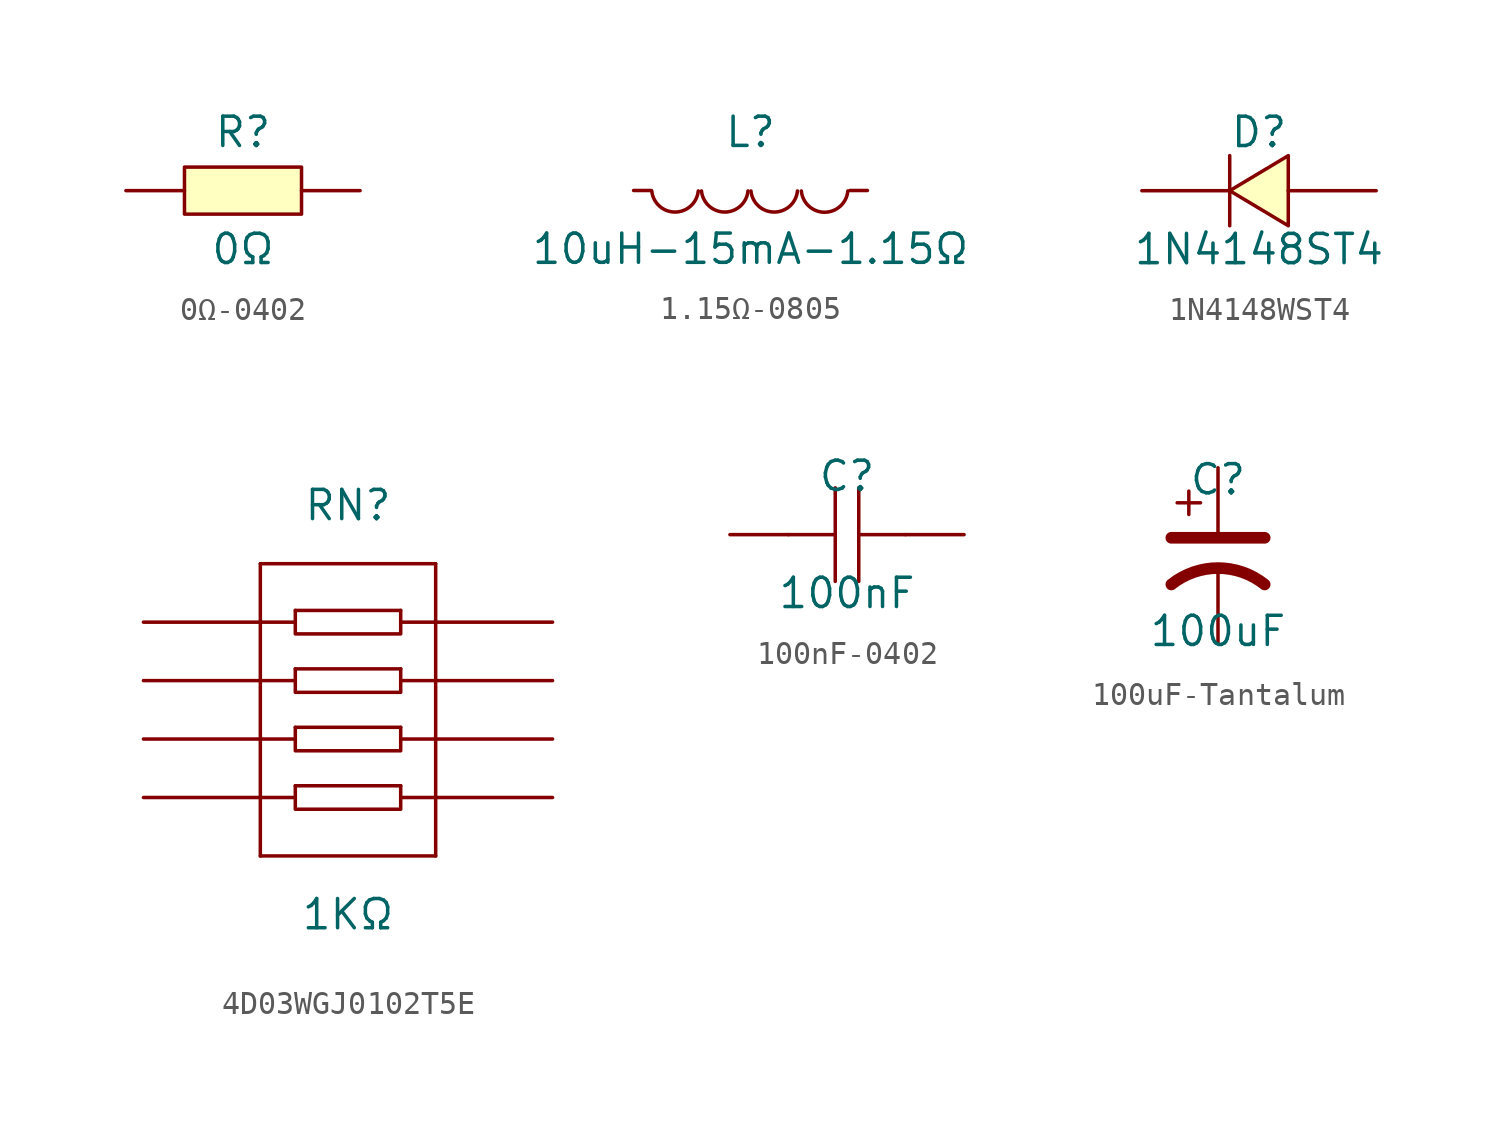
<source format=kicad_sym>
(kicad_symbol_lib
  (version 20241209)
  (generator "kicad_symbol_editor")
  (generator_version "9.0")
  (symbol "0Ω-0402"
    (pin_numbers
      (hide yes))
    (pin_names
      (hide yes))
    (property "Reference" "R"
      (at 0 2.54 0)
      (effects (font (size 1.27 1.27))))
    (property "Value" "0Ω"
      (at 0 -2.54 0)
      (effects (font (size 1.27 1.27))))
    (symbol "0Ω-0402_0_1"
      (rectangle (start -2.54 1.02) (end 2.54 -1.02) (stroke (width 0) (type default)) (fill (type background)))
      (pin input line (at -5.08 0 0) (length 2.54) (name "1" (effects (font (size 1.27 1.27)))) (number "1" (effects (font (size 1.27 1.27)))))
      (pin input line (at 5.08 0 180) (length 2.54) (name "2" (effects (font (size 1.27 1.27)))) (number "2" (effects (font (size 1.27 1.27)))))))
  (symbol "1.15Ω-0805"
    (pin_numbers
      (hide yes))
    (pin_names
      (hide yes))
    (property "Reference" "L"
      (at 0 2.54 0)
      (effects (font (size 1.27 1.27))))
    (property "Value" "10uH-15mA-1.15Ω"
      (at 0 -2.54 0)
      (effects (font (size 1.27 1.27))))
    (symbol "1.15Ω-0805_0_1"
      (arc (start -2.27 -0.02) (mid -3.28 -0.937) (end -4.29 -0.02) (stroke (width 0) (type default)) (fill (type none)))
      (arc (start -0.11 -0.02) (mid -1.12 -0.937) (end -2.13 -0.02) (stroke (width 0) (type default)) (fill (type none)))
      (arc (start 2.04 -0.02) (mid 1.03 -0.937) (end 0.02 -0.02) (stroke (width 0) (type default)) (fill (type none)))
      (arc (start 4.23 -0.02) (mid 3.22 -0.9448) (end 2.21 -0.02) (stroke (width 0) (type default)) (fill (type none)))
      (pin unspecified line (at -5.08 0 0) (length 0.762) (name "1" (effects (font (size 1.27 1.27)))) (number "1" (effects (font (size 1.27 1.27)))))
      (pin unspecified line (at 5.08 0 180) (length 0.762) (name "2" (effects (font (size 1.27 1.27)))) (number "2" (effects (font (size 1.27 1.27)))))))
  (symbol "1N4148WST4"
    (pin_numbers
      (hide yes))
    (pin_names
      (hide yes))
    (property "Reference" "D"
      (at 0 2.54 0)
      (effects (font (size 1.27 1.27))))
    (property "Value" "1N4148ST4"
      (at 0 -2.54 0)
      (effects (font (size 1.27 1.27))))
    (symbol "1N4148WST4_0_1"
      (polyline (pts (xy -1.27 -1.52) (xy -1.27 1.52)) (stroke (width 0) (type default)) (fill (type none)))
      (polyline (pts (xy 1.27 1.52) (xy -1.27 0) (xy 1.27 -1.52) (xy 1.27 1.52)) (stroke (width 0) (type default)) (fill (type background)))
      (pin unspecified line (at -5.08 0 0) (length 3.81) (name "K" (effects (font (size 1.27 1.27)))) (number "1" (effects (font (size 1.27 1.27)))))
      (pin unspecified line (at 5.08 0 180) (length 3.81) (name "A" (effects (font (size 1.27 1.27)))) (number "2" (effects (font (size 1.27 1.27)))))))
  (symbol "4D03WGJ0102T5E"
    (pin_numbers
      (hide yes))
    (pin_names
      (hide yes))
    (property "Reference" "RN"
      (at 0 8.89 0)
      (effects (font (size 1.27 1.27))))
    (property "Value" "1KΩ"
      (at 0 -8.89 0)
      (effects (font (size 1.27 1.27))))
    (symbol "4D03WGJ0102T5E_0_1"
      (polyline (pts (xy -3.81 6.35) (xy -3.81 -6.35)) (stroke (width 0) (type default)) (fill (type none)))
      (polyline (pts (xy -3.81 6.35) (xy 3.81 6.35)) (stroke (width 0) (type default)) (fill (type none)))
      (polyline (pts (xy -3.81 3.81) (xy -2.29 3.81)) (stroke (width 0) (type default)) (fill (type none)))
      (polyline (pts (xy -3.81 1.27) (xy -2.29 1.27)) (stroke (width 0) (type default)) (fill (type none)))
      (polyline (pts (xy -3.81 -1.27) (xy -2.29 -1.27)) (stroke (width 0) (type default)) (fill (type none)))
      (polyline (pts (xy -3.81 -3.81) (xy -2.29 -3.81)) (stroke (width 0) (type default)) (fill (type none)))
      (polyline (pts (xy -3.81 -6.35) (xy 3.81 -6.35)) (stroke (width 0) (type default)) (fill (type none)))
      (polyline (pts (xy -2.29 4.32) (xy 2.29 4.32)) (stroke (width 0) (type default)) (fill (type none)))
      (polyline (pts (xy -2.29 4.32) (xy -2.29 3.3) (xy 2.29 3.3) (xy 2.29 4.32)) (stroke (width 0) (type default)) (fill (type none)))
      (polyline (pts (xy -2.29 1.78) (xy 2.29 1.78)) (stroke (width 0) (type default)) (fill (type none)))
      (polyline (pts (xy -2.29 1.78) (xy -2.29 0.76) (xy 2.29 0.76) (xy 2.29 1.78)) (stroke (width 0) (type default)) (fill (type none)))
      (polyline (pts (xy -2.29 -0.76) (xy 2.29 -0.76)) (stroke (width 0) (type default)) (fill (type none)))
      (polyline (pts (xy -2.29 -0.76) (xy -2.29 -1.78) (xy 2.29 -1.78) (xy 2.29 -0.76)) (stroke (width 0) (type default)) (fill (type none)))
      (polyline (pts (xy -2.29 -3.3) (xy 2.29 -3.3)) (stroke (width 0) (type default)) (fill (type none)))
      (polyline (pts (xy -2.29 -3.3) (xy -2.29 -4.32) (xy 2.29 -4.32) (xy 2.29 -3.3)) (stroke (width 0) (type default)) (fill (type none)))
      (polyline (pts (xy 2.29 3.81) (xy 3.81 3.81)) (stroke (width 0) (type default)) (fill (type none)))
      (polyline (pts (xy 2.29 1.27) (xy 3.81 1.27)) (stroke (width 0) (type default)) (fill (type none)))
      (polyline (pts (xy 2.29 -1.27) (xy 3.81 -1.27)) (stroke (width 0) (type default)) (fill (type none)))
      (polyline (pts (xy 2.29 -3.81) (xy 3.81 -3.81)) (stroke (width 0) (type default)) (fill (type none)))
      (polyline (pts (xy 3.81 6.35) (xy 3.81 -6.35)) (stroke (width 0) (type default)) (fill (type none)))
      (pin input line (at -8.89 3.81 0) (length 5.08) (name "1" (effects (font (size 1.27 1.27)))) (number "1" (effects (font (size 1.27 1.27)))))
      (pin input line (at -8.89 1.27 0) (length 5.08) (name "2" (effects (font (size 1.27 1.27)))) (number "2" (effects (font (size 1.27 1.27)))))
      (pin input line (at -8.89 -1.27 0) (length 5.08) (name "3" (effects (font (size 1.27 1.27)))) (number "3" (effects (font (size 1.27 1.27)))))
      (pin input line (at -8.89 -3.81 0) (length 5.08) (name "4" (effects (font (size 1.27 1.27)))) (number "4" (effects (font (size 1.27 1.27)))))
      (pin input line (at 8.89 3.81 180) (length 5.08) (name "8" (effects (font (size 1.27 1.27)))) (number "8" (effects (font (size 1.27 1.27)))))
      (pin input line (at 8.89 1.27 180) (length 5.08) (name "7" (effects (font (size 1.27 1.27)))) (number "7" (effects (font (size 1.27 1.27)))))
      (pin input line (at 8.89 -1.27 180) (length 5.08) (name "6" (effects (font (size 1.27 1.27)))) (number "6" (effects (font (size 1.27 1.27)))))
      (pin input line (at 8.89 -3.81 180) (length 5.08) (name "5" (effects (font (size 1.27 1.27)))) (number "5" (effects (font (size 1.27 1.27)))))))
  (symbol "100nF-0402"
    (pin_numbers
      (hide yes))
    (pin_names
      (hide yes))
    (property "Reference" "C"
      (at 0 2.54 0)
      (effects (font (size 1.27 1.27))))
    (property "Value" "100nF"
      (at 0 -2.54 0)
      (effects (font (size 1.27 1.27))))
    (symbol "100nF-0402_0_1"
      (polyline (pts (xy -0.51 0) (xy -2.54 0)) (stroke (width 0) (type default)) (fill (type none)))
      (polyline (pts (xy -0.51 -2.03) (xy -0.51 2.03)) (stroke (width 0) (type default)) (fill (type none)))
      (polyline (pts (xy 0.51 2.03) (xy 0.51 -2.03)) (stroke (width 0) (type default)) (fill (type none)))
      (polyline (pts (xy 2.54 0) (xy 0.51 0)) (stroke (width 0) (type default)) (fill (type none)))
      (pin unspecified line (at -5.08 0 0) (length 2.54) (name "1" (effects (font (size 1.27 1.27)))) (number "1" (effects (font (size 1.27 1.27)))))
      (pin unspecified line (at 5.08 0 180) (length 2.54) (name "2" (effects (font (size 1.27 1.27)))) (number "2" (effects (font (size 1.27 1.27)))))))
  (symbol "100uF-Tantalum"
    (pin_numbers
      (hide yes))
    (pin_names
      (hide yes))
    (property "Reference" "C"
      (at 0 3.302 0)
      (effects (font (size 1.27 1.27))))
    (property "Value" "100uF"
      (at 0 -3.302 0)
      (effects (font (size 1.27 1.27))))
    (symbol "100uF-Tantalum_0_1"
      (polyline (pts (xy -2.032 0.762) (xy 2.032 0.762)) (stroke (width 0.508) (type default)) (fill (type none)))
      (polyline (pts (xy -1.778 2.286) (xy -0.762 2.286)) (stroke (width 0) (type default)) (fill (type none)))
      (polyline (pts (xy -1.27 1.778) (xy -1.27 2.794)) (stroke (width 0) (type default)) (fill (type none)))
      (arc (start -2.032 -1.27) (mid 0 -0.5572) (end 2.032 -1.27) (stroke (width 0.508) (type default)) (fill (type none))))
    (symbol "100uF-Tantalum_1_1"
      (pin passive line (at 0 3.81 270) (length 2.794) (name "~" (effects (font (size 1.27 1.27)))) (number "1" (effects (font (size 1.27 1.27)))))
      (pin passive line (at 0 -3.81 90) (length 3.302) (name "~" (effects (font (size 1.27 1.27)))) (number "2" (effects (font (size 1.27 1.27))))))))
</source>
